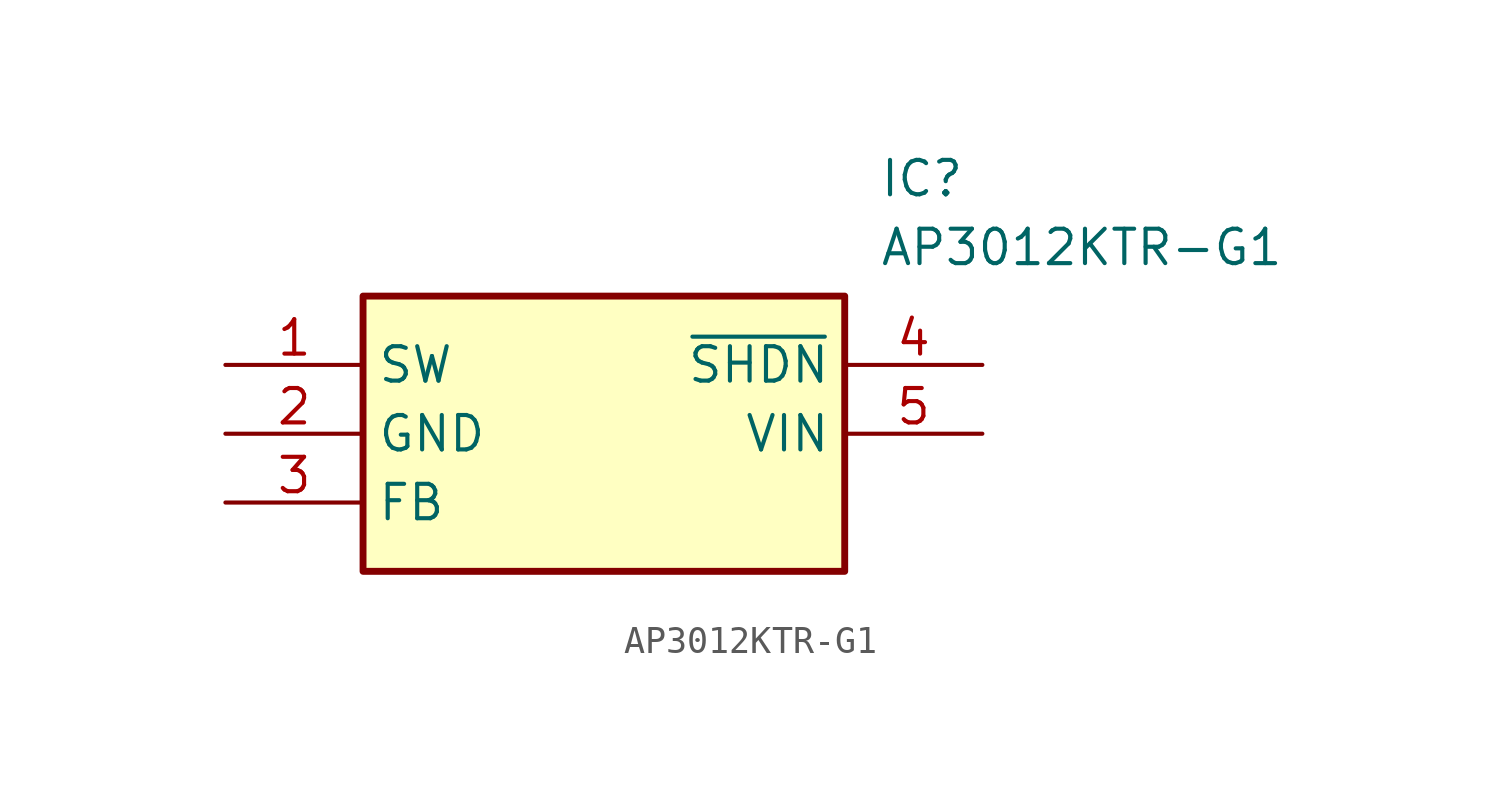
<source format=kicad_sym>
(kicad_symbol_lib
  (version 20211014)
  (generator SamacSys_ECAD_Model)
  (symbol "AP3012KTR-G1"
    (property "Reference" "IC"
      (at 24.13 7.62 0)
      (effects (font (size 1.27 1.27)) (justify left top)))
    (property "Value" "AP3012KTR-G1"
      (at 24.13 5.08 0)
      (effects (font (size 1.27 1.27)) (justify left top)))
    (rectangle
      (start 5.08 2.54)
      (end 22.86 -7.62)
      (stroke (width 0.254) (type default))
      (fill (type background)))
    (pin passive line
      (at 0 0 0)
      (length 5.08)
      (name "SW" (effects (font (size 1.27 1.27))))
      (number "1" (effects (font (size 1.27 1.27)))))
    (pin passive line
      (at 0 -2.54 0)
      (length 5.08)
      (name "GND" (effects (font (size 1.27 1.27))))
      (number "2" (effects (font (size 1.27 1.27)))))
    (pin passive line
      (at 0 -5.08 0)
      (length 5.08)
      (name "FB" (effects (font (size 1.27 1.27))))
      (number "3" (effects (font (size 1.27 1.27)))))
    (pin passive line
      (at 27.94 0 180)
      (length 5.08)
      (name "~{SHDN}" (effects (font (size 1.27 1.27))))
      (number "4" (effects (font (size 1.27 1.27)))))
    (pin passive line
      (at 27.94 -2.54 180)
      (length 5.08)
      (name "VIN" (effects (font (size 1.27 1.27))))
      (number "5" (effects (font (size 1.27 1.27)))))))
</source>
